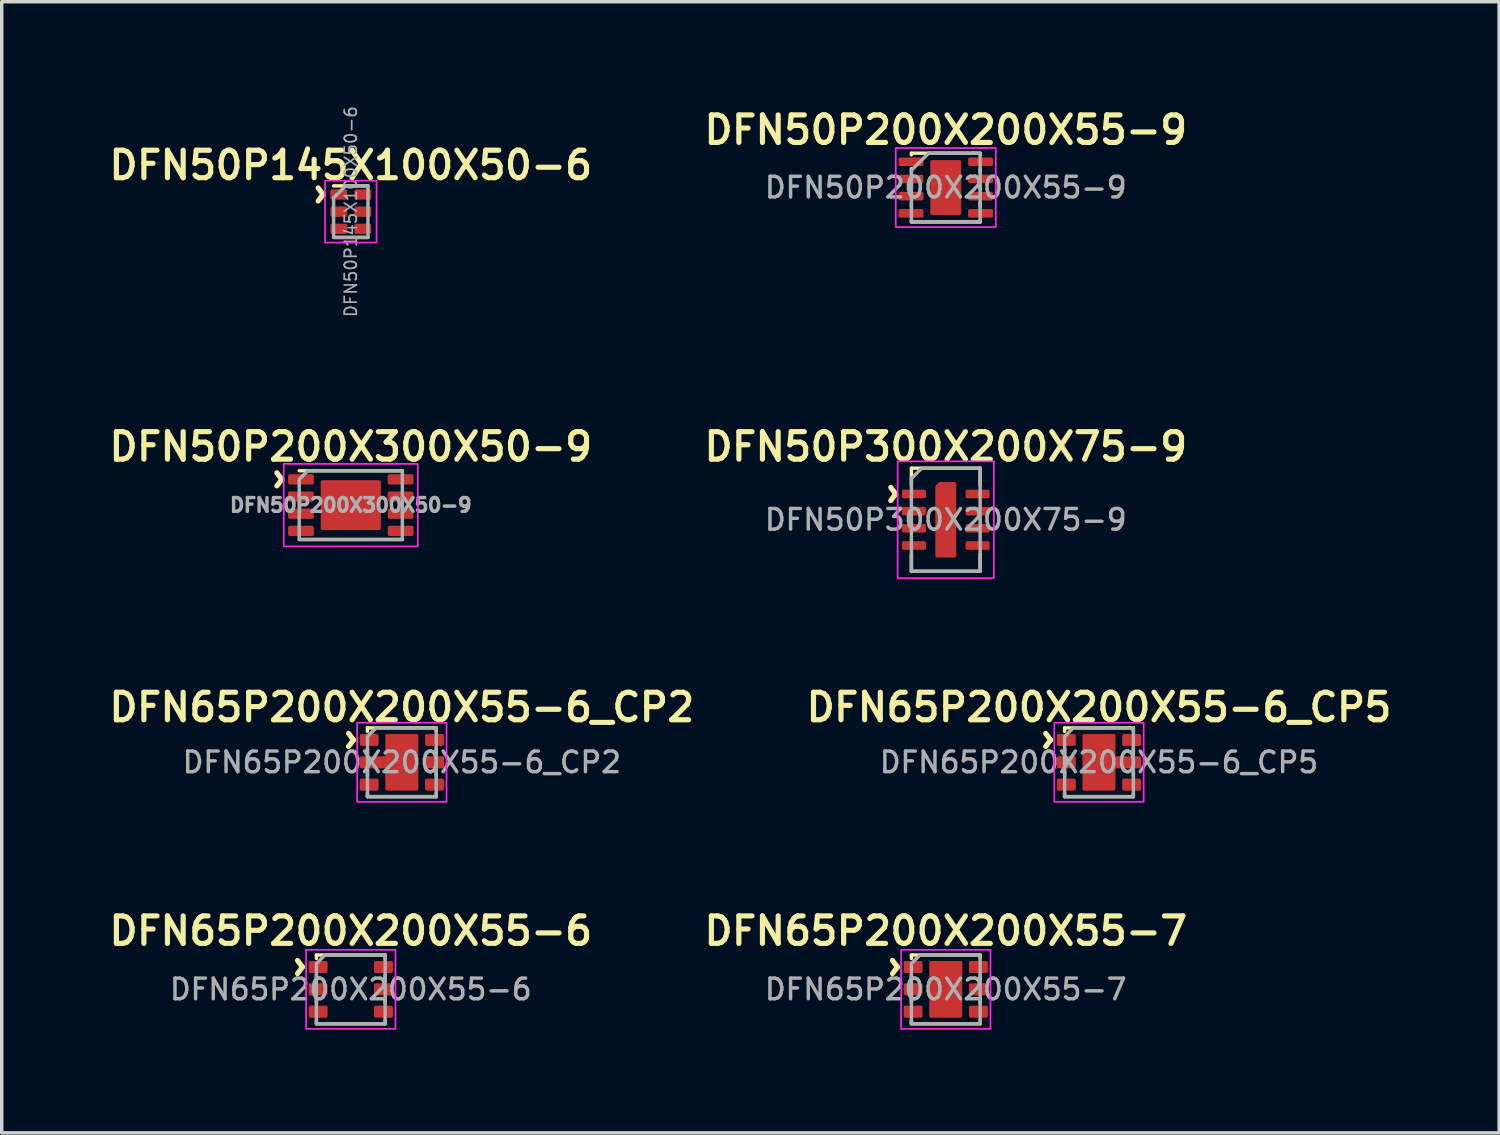
<source format=kicad_pcb>
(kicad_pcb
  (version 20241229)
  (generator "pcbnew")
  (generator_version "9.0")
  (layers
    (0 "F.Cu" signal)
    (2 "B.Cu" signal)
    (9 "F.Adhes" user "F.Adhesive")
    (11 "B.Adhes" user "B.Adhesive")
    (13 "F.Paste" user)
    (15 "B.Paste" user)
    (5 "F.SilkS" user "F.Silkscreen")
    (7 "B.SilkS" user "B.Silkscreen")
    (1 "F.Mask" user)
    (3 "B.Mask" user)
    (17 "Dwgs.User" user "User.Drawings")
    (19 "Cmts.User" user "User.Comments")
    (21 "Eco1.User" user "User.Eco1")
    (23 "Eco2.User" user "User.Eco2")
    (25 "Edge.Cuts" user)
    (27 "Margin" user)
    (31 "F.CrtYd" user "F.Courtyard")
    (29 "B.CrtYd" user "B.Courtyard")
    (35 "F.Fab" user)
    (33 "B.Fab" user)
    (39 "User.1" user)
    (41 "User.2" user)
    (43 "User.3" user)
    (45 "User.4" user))
  (footprint "DFN65P200X200X55-6_CP5"
    (layer "F.Cu")
    (at 28.921 19.126)
    (property "Reference" "DFN65P200X200X55-6_CP5" (at 0 -1.6 0) (layer "F.SilkS") (effects (font (size 0.8 0.8) (thickness 0.15))))
    (attr smd)
    (fp_line (start -1 -1) (end -1 -0.9) (stroke (width 0.1) (type default)) (layer "F.SilkS"))
    (fp_line (start -1 -0.4) (end -1 -0.25) (stroke (width 0.1) (type default)) (layer "F.SilkS"))
    (fp_line (start -1 0.25) (end -1 0.4) (stroke (width 0.1) (type default)) (layer "F.SilkS"))
    (fp_line (start -1 1) (end -1 0.9) (stroke (width 0.1) (type default)) (layer "F.SilkS"))
    (fp_line (start 1 -1) (end -1 -1) (stroke (width 0.1) (type default)) (layer "F.SilkS"))
    (fp_line (start 1 -0.9) (end 1 -1) (stroke (width 0.1) (type default)) (layer "F.SilkS"))
    (fp_line (start 1 -0.4) (end 1 -0.25) (stroke (width 0.1) (type default)) (layer "F.SilkS"))
    (fp_line (start 1 0.25) (end 1 0.4) (stroke (width 0.1) (type default)) (layer "F.SilkS"))
    (fp_line (start 1 0.9) (end 1 1) (stroke (width 0.1) (type default)) (layer "F.SilkS"))
    (fp_line (start 1 1) (end -1 1) (stroke (width 0.1) (type default)) (layer "F.SilkS"))
    (fp_rect (start -1.3 -1.15) (end 1.3 1.15) (stroke (width 0.05) (type default)) (fill no) (layer "F.CrtYd"))
    (fp_poly (pts (xy 1 -1) (xy 1 1) (xy -1 1) (xy -1 -0.75) (xy -0.75 -1)) (stroke (width 0.1) (type solid)) (fill no) (layer "F.Fab"))
    (fp_text user "^" (at -2 -0.65 270) (unlocked yes) (layer "F.SilkS") (effects (font (size 1 1) (thickness 0.15))))
    (fp_text user "${REFERENCE}" (at 0 0 0) (layer "F.Fab") (effects (font (size 0.6 0.6) (thickness 0.1))))
    (pad "" smd roundrect (at 0 -0.625 270) (size 0.4 0.9) (layers "F.Paste") (roundrect_rratio 0.1))
    (pad "" smd roundrect (at 0 0.625 270) (size 0.4 0.9) (layers "F.Paste") (roundrect_rratio 0.1))
    (pad "" smd roundrect (at 0.35 0 270) (size 0.35 1.6) (layers "F.Paste") (roundrect_rratio 0.143))
    (pad "1" smd roundrect (at -0.95 -0.65 90) (size 0.35 0.55) (layers "F.Cu" "F.Mask" "F.Paste") (roundrect_rratio 0.143))
    (pad "2" smd roundrect (at -0.95 0 90) (size 0.35 0.55) (layers "F.Cu" "F.Mask" "F.Paste") (roundrect_rratio 0.143))
    (pad "3" smd roundrect (at -0.95 0.65 90) (size 0.35 0.55) (layers "F.Cu" "F.Mask" "F.Paste") (roundrect_rratio 0.143))
    (pad "4" smd roundrect (at 0.95 0.65 90) (size 0.35 0.55) (layers "F.Cu" "F.Mask" "F.Paste") (roundrect_rratio 0.143))
    (pad "5" smd roundrect (at 0 0 180) (size 0.96 1.65) (property pad_prop_heatsink) (layers "F.Cu" "F.Mask") (roundrect_rratio 0.052))
    (pad "5" smd roundrect (at 0.825 0 90) (size 0.35 0.8) (layers "F.Cu" "F.Mask") (roundrect_rratio 0.143))
    (pad "6" smd roundrect (at 0.95 -0.65 90) (size 0.35 0.55) (layers "F.Cu" "F.Mask" "F.Paste") (roundrect_rratio 0.143)))
  (footprint "DFN50P200X200X55-9"
    (layer "F.Cu")
    (at 24.464 2.406)
    (property "Reference" "DFN50P200X200X55-9" (at 0 -1.675 0) (layer "F.SilkS") (effects (font (size 0.8 0.8) (thickness 0.15))))
    (attr smd)
    (fp_line (start -1 -1) (end -1 -0.95) (stroke (width 0.1) (type default)) (layer "F.SilkS"))
    (fp_line (start -1 -0.45) (end -1 -0.55) (stroke (width 0.1) (type default)) (layer "F.SilkS"))
    (fp_line (start -1 -0.05) (end -1 0.05) (stroke (width 0.1) (type default)) (layer "F.SilkS"))
    (fp_line (start -1 0.45) (end -1 0.55) (stroke (width 0.1) (type default)) (layer "F.SilkS"))
    (fp_line (start -1 1) (end -1 0.95) (stroke (width 0.1) (type default)) (layer "F.SilkS"))
    (fp_line (start -1 1) (end 1 1) (stroke (width 0.1) (type default)) (layer "F.SilkS"))
    (fp_line (start 1 -1) (end -1 -1) (stroke (width 0.1) (type default)) (layer "F.SilkS"))
    (fp_line (start 1 -1) (end 1 -0.95) (stroke (width 0.1) (type default)) (layer "F.SilkS"))
    (fp_line (start 1 -0.45) (end 1 -0.55) (stroke (width 0.1) (type default)) (layer "F.SilkS"))
    (fp_line (start 1 -0.05) (end 1 0.05) (stroke (width 0.1) (type default)) (layer "F.SilkS"))
    (fp_line (start 1 0.45) (end 1 0.55) (stroke (width 0.1) (type default)) (layer "F.SilkS"))
    (fp_line (start 1 1) (end 1 0.95) (stroke (width 0.1) (type default)) (layer "F.SilkS"))
    (fp_poly (pts (xy 1.455 -1.15) (xy 1.455 1.15) (xy -1.455 1.15) (xy -1.455 -1.15)) (stroke (width 0.05) (type solid)) (fill no) (layer "F.CrtYd"))
    (fp_poly (pts (xy 1 -1) (xy -0.5 -1) (xy -1 -0.5) (xy -1 1) (xy 1 1)) (stroke (width 0.1) (type solid)) (fill no) (layer "F.Fab"))
    (fp_text user "${REFERENCE}" (at 0 0 0) (layer "F.Fab") (effects (font (size 0.6 0.6) (thickness 0.1) (bold yes))))
    (pad "" smd roundrect (at 0 -0.65) (size 0.9 0.3) (layers "F.Paste") (roundrect_rratio 0.167))
    (pad "" smd roundrect (at 0 0) (size 0.9 0.4) (layers "F.Paste") (roundrect_rratio 0.167))
    (pad "" smd roundrect (at 0 0.65) (size 0.9 0.3) (layers "F.Paste") (roundrect_rratio 0.167))
    (pad "1" smd roundrect (at -1.012 -0.75) (size 0.725 0.25) (layers "F.Cu" "F.Mask" "F.Paste") (roundrect_rratio 0.2))
    (pad "2" smd roundrect (at -1.012 -0.25) (size 0.725 0.25) (layers "F.Cu" "F.Mask" "F.Paste") (roundrect_rratio 0.2))
    (pad "3" smd roundrect (at -1.012 0.25) (size 0.725 0.25) (layers "F.Cu" "F.Mask" "F.Paste") (roundrect_rratio 0.2))
    (pad "4" smd roundrect (at -1.012 0.75) (size 0.725 0.25) (layers "F.Cu" "F.Mask" "F.Paste") (roundrect_rratio 0.2))
    (pad "5" smd roundrect (at 1.012 0.75) (size 0.725 0.25) (layers "F.Cu" "F.Mask" "F.Paste") (roundrect_rratio 0.2))
    (pad "6" smd roundrect (at 1.012 0.25) (size 0.725 0.25) (layers "F.Cu" "F.Mask" "F.Paste") (roundrect_rratio 0.2))
    (pad "7" smd roundrect (at 1.012 -0.25) (size 0.725 0.25) (layers "F.Cu" "F.Mask" "F.Paste") (roundrect_rratio 0.2))
    (pad "8" smd roundrect (at 1.012 -0.75) (size 0.725 0.25) (layers "F.Cu" "F.Mask" "F.Paste") (roundrect_rratio 0.2))
    (pad "9" smd roundrect (at 0 0) (size 0.9 1.6) (property pad_prop_heatsink) (layers "F.Cu" "F.Mask") (roundrect_rratio 0.056)))
  (footprint "DFN50P300X200X75-9"
    (layer "F.Cu")
    (at 24.464 12.07)
    (property "Reference" "DFN50P300X200X75-9" (at 0 -2.125 0) (layer "F.SilkS") (effects (font (size 0.8 0.8) (thickness 0.15))))
    (attr smd)
    (fp_line (start -1 -1.5) (end 1 -1.5) (stroke (width 0.1) (type solid)) (layer "F.SilkS"))
    (fp_line (start -1 -1) (end -1 -1.5) (stroke (width 0.1) (type solid)) (layer "F.SilkS"))
    (fp_line (start -1 1.5) (end -1 1) (stroke (width 0.1) (type solid)) (layer "F.SilkS"))
    (fp_line (start 1 -1.5) (end 1 -1) (stroke (width 0.1) (type solid)) (layer "F.SilkS"))
    (fp_line (start 1 1) (end 1 1.5) (stroke (width 0.1) (type solid)) (layer "F.SilkS"))
    (fp_line (start 1 1.5) (end -1 1.5) (stroke (width 0.1) (type solid)) (layer "F.SilkS"))
    (fp_poly (pts (xy 1.4 -1.7) (xy -1.4 -1.7) (xy -1.4 1.7) (xy 1.4 1.7)) (stroke (width 0.05) (type solid)) (fill no) (layer "F.CrtYd"))
    (fp_line (start -1 1.5) (end -1 -1.2) (stroke (width 0.1) (type solid)) (layer "F.Fab"))
    (fp_line (start -0.7 -1.5) (end -1 -1.2) (stroke (width 0.1) (type solid)) (layer "F.Fab"))
    (fp_line (start -0.7 -1.5) (end 1 -1.5) (stroke (width 0.1) (type solid)) (layer "F.Fab"))
    (fp_line (start 1 -1.5) (end 1 1.5) (stroke (width 0.1) (type solid)) (layer "F.Fab"))
    (fp_line (start 1 1.5) (end -1 1.5) (stroke (width 0.1) (type solid)) (layer "F.Fab"))
    (fp_text user "^" (at -2.05 -0.75 270) (unlocked yes) (layer "F.SilkS") (effects (font (size 1 1) (thickness 0.15))))
    (fp_text user "${REFERENCE}" (at 0 0 0) (layer "F.Fab") (effects (font (size 0.6 0.6) (thickness 0.1) (bold yes))))
    (pad "" smd roundrect (at 0 -0.75 180) (size 0.61 0.5) (layers "F.Paste") (roundrect_rratio 0.1))
    (pad "" smd roundrect (at 0 0 180) (size 0.61 0.5) (layers "F.Paste") (roundrect_rratio 0.1))
    (pad "" smd roundrect (at 0 0.75 180) (size 0.61 0.5) (layers "F.Paste") (roundrect_rratio 0.1))
    (pad "1" smd roundrect (at -0.925 -0.75 90) (size 0.25 0.7) (layers "F.Cu" "F.Mask" "F.Paste") (roundrect_rratio 0.2))
    (pad "2" smd roundrect (at -0.925 -0.25 90) (size 0.25 0.7) (layers "F.Cu" "F.Mask" "F.Paste") (roundrect_rratio 0.2))
    (pad "3" smd roundrect (at -0.925 0.25 90) (size 0.25 0.7) (layers "F.Cu" "F.Mask" "F.Paste") (roundrect_rratio 0.2))
    (pad "4" smd roundrect (at -0.925 0.75 90) (size 0.25 0.7) (layers "F.Cu" "F.Mask" "F.Paste") (roundrect_rratio 0.2))
    (pad "5" smd roundrect (at 0.925 0.75 90) (size 0.25 0.7) (layers "F.Cu" "F.Mask" "F.Paste") (roundrect_rratio 0.2))
    (pad "6" smd roundrect (at 0.925 0.25 90) (size 0.25 0.7) (layers "F.Cu" "F.Mask" "F.Paste") (roundrect_rratio 0.2))
    (pad "7" smd roundrect (at 0.925 -0.25 90) (size 0.25 0.7) (layers "F.Cu" "F.Mask" "F.Paste") (roundrect_rratio 0.2))
    (pad "8" smd roundrect (at 0.925 -0.75 90) (size 0.25 0.7) (layers "F.Cu" "F.Mask" "F.Paste") (roundrect_rratio 0.2))
    (pad "9" smd roundrect (at 0 0 180) (size 0.61 2.2) (layers "F.Cu" "F.Mask") (roundrect_rratio 0.082) (chamfer_ratio 0.2) (chamfer bottom_right)))
  (footprint "DFN65P200X200X55-6"
    (layer "F.Cu")
    (at 7.155 25.732)
    (property "Reference" "DFN65P200X200X55-6" (at 0 -1.7 0) (layer "F.SilkS") (effects (font (size 0.8 0.8) (thickness 0.15))))
    (attr smd)
    (fp_line (start -1 -1) (end -1 -0.9) (stroke (width 0.1) (type default)) (layer "F.SilkS"))
    (fp_line (start -1 -0.4) (end -1 -0.25) (stroke (width 0.1) (type default)) (layer "F.SilkS"))
    (fp_line (start -1 0.25) (end -1 0.4) (stroke (width 0.1) (type default)) (layer "F.SilkS"))
    (fp_line (start -1 1) (end -1 0.9) (stroke (width 0.1) (type default)) (layer "F.SilkS"))
    (fp_line (start 1 -1) (end -1 -1) (stroke (width 0.1) (type default)) (layer "F.SilkS"))
    (fp_line (start 1 -0.9) (end 1 -1) (stroke (width 0.1) (type default)) (layer "F.SilkS"))
    (fp_line (start 1 -0.4) (end 1 -0.25) (stroke (width 0.1) (type default)) (layer "F.SilkS"))
    (fp_line (start 1 0.25) (end 1 0.4) (stroke (width 0.1) (type default)) (layer "F.SilkS"))
    (fp_line (start 1 0.9) (end 1 1) (stroke (width 0.1) (type default)) (layer "F.SilkS"))
    (fp_line (start 1 1) (end -1 1) (stroke (width 0.1) (type default)) (layer "F.SilkS"))
    (fp_rect (start -1.3 -1.15) (end 1.3 1.15) (stroke (width 0.05) (type default)) (fill no) (layer "F.CrtYd"))
    (fp_poly (pts (xy 1 -1) (xy 1 1) (xy -1 1) (xy -1 -0.75) (xy -0.75 -1)) (stroke (width 0.1) (type solid)) (fill no) (layer "F.Fab"))
    (fp_text user "^" (at -2 -0.65 270) (unlocked yes) (layer "F.SilkS") (effects (font (size 1 1) (thickness 0.15))))
    (fp_text user "${REFERENCE}" (at 0 0 0) (layer "F.Fab") (effects (font (size 0.6 0.6) (thickness 0.1))))
    (pad "1" smd roundrect (at -0.95 -0.65 90) (size 0.35 0.55) (layers "F.Cu" "F.Mask" "F.Paste") (roundrect_rratio 0.143))
    (pad "2" smd roundrect (at -0.95 0 90) (size 0.35 0.55) (layers "F.Cu" "F.Mask" "F.Paste") (roundrect_rratio 0.143))
    (pad "3" smd roundrect (at -0.95 0.65 90) (size 0.35 0.55) (layers "F.Cu" "F.Mask" "F.Paste") (roundrect_rratio 0.143))
    (pad "4" smd roundrect (at 0.95 0.65 90) (size 0.35 0.55) (layers "F.Cu" "F.Mask" "F.Paste") (roundrect_rratio 0.143))
    (pad "5" smd roundrect (at 0.95 0 90) (size 0.35 0.55) (layers "F.Cu" "F.Mask" "F.Paste") (roundrect_rratio 0.143))
    (pad "6" smd roundrect (at 0.95 -0.65 90) (size 0.35 0.55) (layers "F.Cu" "F.Mask" "F.Paste") (roundrect_rratio 0.143)))
  (footprint "DFN50P200X300X50-9"
    (layer "F.Cu")
    (at 7.155 11.645)
    (property "Reference" "DFN50P200X300X50-9" (at 0 -1.7 0) (layer "F.SilkS") (effects (font (size 0.8 0.8) (thickness 0.15))))
    (attr smd)
    (fp_line (start -1.5 -1) (end 1.5 -1) (stroke (width 0.1) (type default)) (layer "F.SilkS"))
    (fp_line (start 1.5 1) (end -1.5 1) (stroke (width 0.1) (type default)) (layer "F.SilkS"))
    (fp_rect (start -1.95 -1.2) (end 1.95 1.2) (stroke (width 0.05) (type default)) (fill no) (layer "F.CrtYd"))
    (fp_poly (pts (xy 1.5 -1) (xy 1.5 1) (xy -1.5 1) (xy -1.5 -0.75) (xy -1.25 -1)) (stroke (width 0.1) (type solid)) (fill no) (layer "F.Fab"))
    (fp_text user "^" (at -2.6 -0.75 270) (unlocked yes) (layer "F.SilkS") (effects (font (size 1 1) (thickness 0.15))))
    (fp_text user "${REFERENCE}" (at 0 0 0) (layer "F.Fab") (effects (font (size 0.4 0.4) (thickness 0.1))))
    (pad "" smd roundrect (at -0.5 -0.425 270) (size 0.6 0.7) (layers "F.Paste") (roundrect_rratio 0.083))
    (pad "" smd roundrect (at -0.5 0.425 270) (size 0.6 0.7) (layers "F.Paste") (roundrect_rratio 0.083))
    (pad "" smd roundrect (at 0.5 -0.425 270) (size 0.6 0.7) (layers "F.Paste") (roundrect_rratio 0.083))
    (pad "" smd roundrect (at 0.5 0.425 270) (size 0.6 0.7) (layers "F.Paste") (roundrect_rratio 0.083))
    (pad "1" smd roundrect (at -1.45 -0.75 270) (size 0.3 0.75) (layers "F.Cu" "F.Mask" "F.Paste") (roundrect_rratio 0.167))
    (pad "2" smd roundrect (at -1.45 -0.25 270) (size 0.3 0.75) (layers "F.Cu" "F.Mask" "F.Paste") (roundrect_rratio 0.167))
    (pad "3" smd roundrect (at -1.45 0.25 270) (size 0.3 0.75) (layers "F.Cu" "F.Mask" "F.Paste") (roundrect_rratio 0.167))
    (pad "4" smd roundrect (at -1.45 0.75 270) (size 0.3 0.75) (layers "F.Cu" "F.Mask" "F.Paste") (roundrect_rratio 0.167))
    (pad "5" smd roundrect (at 1.45 0.75 270) (size 0.3 0.75) (layers "F.Cu" "F.Mask" "F.Paste") (roundrect_rratio 0.167))
    (pad "6" smd roundrect (at 1.45 0.25 270) (size 0.3 0.75) (layers "F.Cu" "F.Mask" "F.Paste") (roundrect_rratio 0.167))
    (pad "7" smd roundrect (at 1.45 -0.25 270) (size 0.3 0.75) (layers "F.Cu" "F.Mask" "F.Paste") (roundrect_rratio 0.167))
    (pad "8" smd roundrect (at 1.45 -0.75 270) (size 0.3 0.75) (layers "F.Cu" "F.Mask" "F.Paste") (roundrect_rratio 0.167))
    (pad "9" smd roundrect (at 0 0 270) (size 1.45 1.75) (layers "F.Cu" "F.Mask") (roundrect_rratio 0.034)))
  (footprint "DFN65P200X200X55-6_CP2"
    (layer "F.Cu")
    (at 8.64 19.126)
    (property "Reference" "DFN65P200X200X55-6_CP2" (at 0 -1.6 0) (layer "F.SilkS") (effects (font (size 0.8 0.8) (thickness 0.15))))
    (attr smd)
    (fp_line (start -1 -1) (end -1 -0.9) (stroke (width 0.1) (type default)) (layer "F.SilkS"))
    (fp_line (start -1 -0.4) (end -1 -0.25) (stroke (width 0.1) (type default)) (layer "F.SilkS"))
    (fp_line (start -1 0.25) (end -1 0.4) (stroke (width 0.1) (type default)) (layer "F.SilkS"))
    (fp_line (start -1 1) (end -1 0.9) (stroke (width 0.1) (type default)) (layer "F.SilkS"))
    (fp_line (start 1 -1) (end -1 -1) (stroke (width 0.1) (type default)) (layer "F.SilkS"))
    (fp_line (start 1 -0.9) (end 1 -1) (stroke (width 0.1) (type default)) (layer "F.SilkS"))
    (fp_line (start 1 -0.4) (end 1 -0.25) (stroke (width 0.1) (type default)) (layer "F.SilkS"))
    (fp_line (start 1 0.25) (end 1 0.4) (stroke (width 0.1) (type default)) (layer "F.SilkS"))
    (fp_line (start 1 0.9) (end 1 1) (stroke (width 0.1) (type default)) (layer "F.SilkS"))
    (fp_line (start 1 1) (end -1 1) (stroke (width 0.1) (type default)) (layer "F.SilkS"))
    (fp_rect (start -1.3 -1.15) (end 1.3 1.15) (stroke (width 0.05) (type default)) (fill no) (layer "F.CrtYd"))
    (fp_poly (pts (xy 1 -1) (xy 1 1) (xy -1 1) (xy -1 -0.75) (xy -0.75 -1)) (stroke (width 0.1) (type solid)) (fill no) (layer "F.Fab"))
    (fp_text user "^" (at -2 -0.65 270) (unlocked yes) (layer "F.SilkS") (effects (font (size 1 1) (thickness 0.15))))
    (fp_text user "${REFERENCE}" (at 0 0 0) (layer "F.Fab") (effects (font (size 0.6 0.6) (thickness 0.1))))
    (pad "" smd roundrect (at -0.35 0 270) (size 0.35 1.6) (layers "F.Paste") (roundrect_rratio 0.143))
    (pad "" smd roundrect (at 0 -0.6 270) (size 0.4 0.9) (layers "F.Paste") (roundrect_rratio 0.1))
    (pad "" smd roundrect (at 0 0.6 270) (size 0.4 0.9) (layers "F.Paste") (roundrect_rratio 0.1))
    (pad "1" smd roundrect (at -0.95 -0.65 90) (size 0.35 0.55) (layers "F.Cu" "F.Mask" "F.Paste") (roundrect_rratio 0.143))
    (pad "2" smd roundrect (at -0.825 0 90) (size 0.35 0.8) (layers "F.Cu" "F.Mask") (roundrect_rratio 0.143))
    (pad "2" smd roundrect (at 0 0 180) (size 0.96 1.65) (property pad_prop_heatsink) (layers "F.Cu" "F.Mask") (roundrect_rratio 0.052))
    (pad "3" smd roundrect (at -0.95 0.65 90) (size 0.35 0.55) (layers "F.Cu" "F.Mask" "F.Paste") (roundrect_rratio 0.143))
    (pad "4" smd roundrect (at 0.95 0.65 90) (size 0.35 0.55) (layers "F.Cu" "F.Mask" "F.Paste") (roundrect_rratio 0.143))
    (pad "5" smd roundrect (at 0.955 0 90) (size 0.35 0.55) (layers "F.Cu" "F.Mask" "F.Paste") (roundrect_rratio 0.143))
    (pad "6" smd roundrect (at 0.95 -0.65 90) (size 0.35 0.55) (layers "F.Cu" "F.Mask" "F.Paste") (roundrect_rratio 0.143)))
  (footprint "DFN50P145X100X50-6"
    (layer "F.Cu")
    (at 7.155 3.107)
    (property "Reference" "DFN50P145X100X50-6" (at 0 -1.35 0) (layer "F.SilkS") (effects (font (size 0.8 0.8) (thickness 0.15))))
    (attr smd)
    (fp_line (start 0.5 -0.75) (end -0.5 -0.75) (stroke (width 0.1) (type solid)) (layer "F.SilkS"))
    (fp_line (start 0.5 0.75) (end -0.5 0.75) (stroke (width 0.1) (type solid)) (layer "F.SilkS"))
    (fp_rect (start -0.75 -0.9) (end 0.75 0.9) (stroke (width 0.05) (type default)) (fill no) (layer "F.CrtYd"))
    (fp_poly (pts (xy -0.5 -0.4) (xy -0.5 0.75) (xy 0.5 0.75) (xy 0.5 -0.75) (xy -0.15 -0.75)) (stroke (width 0.1) (type solid)) (fill no) (layer "F.Fab"))
    (fp_text user "^" (at -1.4 -0.5 270) (unlocked yes) (layer "F.SilkS") (effects (font (size 1 1) (thickness 0.15))))
    (fp_text user "${REFERENCE}" (at 0 0 270) (layer "F.Fab") (effects (font (size 0.35 0.35) (thickness 0.05))))
    (pad "1" smd roundrect (at -0.35 -0.5 270) (size 0.3 0.49) (layers "F.Cu" "F.Mask" "F.Paste") (roundrect_rratio 0.167))
    (pad "2" smd roundrect (at -0.35 0 270) (size 0.3 0.49) (layers "F.Cu" "F.Mask" "F.Paste") (roundrect_rratio 0.167))
    (pad "3" smd roundrect (at -0.35 0.5 270) (size 0.3 0.49) (layers "F.Cu" "F.Mask" "F.Paste") (roundrect_rratio 0.167))
    (pad "4" smd roundrect (at 0.35 0.5 270) (size 0.3 0.49) (layers "F.Cu" "F.Mask" "F.Paste") (roundrect_rratio 0.167))
    (pad "5" smd roundrect (at 0.35 0 270) (size 0.3 0.49) (layers "F.Cu" "F.Mask" "F.Paste") (roundrect_rratio 0.167))
    (pad "6" smd roundrect (at 0.35 -0.5 270) (size 0.3 0.49) (layers "F.Cu" "F.Mask" "F.Paste") (roundrect_rratio 0.167)))
  (footprint "DFN65P200X200X55-7"
    (layer "F.Cu")
    (at 24.464 25.732)
    (property "Reference" "DFN65P200X200X55-7" (at 0 -1.7 0) (layer "F.SilkS") (effects (font (size 0.8 0.8) (thickness 0.15))))
    (attr smd)
    (fp_line (start -1 -1) (end -1 -0.9) (stroke (width 0.1) (type default)) (layer "F.SilkS"))
    (fp_line (start -1 -0.4) (end -1 -0.25) (stroke (width 0.1) (type default)) (layer "F.SilkS"))
    (fp_line (start -1 0.25) (end -1 0.4) (stroke (width 0.1) (type default)) (layer "F.SilkS"))
    (fp_line (start -1 1) (end -1 0.9) (stroke (width 0.1) (type default)) (layer "F.SilkS"))
    (fp_line (start 1 -1) (end -1 -1) (stroke (width 0.1) (type default)) (layer "F.SilkS"))
    (fp_line (start 1 -0.9) (end 1 -1) (stroke (width 0.1) (type default)) (layer "F.SilkS"))
    (fp_line (start 1 -0.4) (end 1 -0.25) (stroke (width 0.1) (type default)) (layer "F.SilkS"))
    (fp_line (start 1 0.25) (end 1 0.4) (stroke (width 0.1) (type default)) (layer "F.SilkS"))
    (fp_line (start 1 0.9) (end 1 1) (stroke (width 0.1) (type default)) (layer "F.SilkS"))
    (fp_line (start 1 1) (end -1 1) (stroke (width 0.1) (type default)) (layer "F.SilkS"))
    (fp_rect (start -1.3 -1.15) (end 1.3 1.15) (stroke (width 0.05) (type default)) (fill no) (layer "F.CrtYd"))
    (fp_poly (pts (xy 1 -1) (xy 1 1) (xy -1 1) (xy -1 -0.75) (xy -0.75 -1)) (stroke (width 0.1) (type solid)) (fill no) (layer "F.Fab"))
    (fp_text user "^" (at -2 -0.65 270) (unlocked yes) (layer "F.SilkS") (effects (font (size 1 1) (thickness 0.15))))
    (fp_text user "${REFERENCE}" (at 0 0 0) (layer "F.Fab") (effects (font (size 0.6 0.6) (thickness 0.1))))
    (pad "" smd roundrect (at 0 -0.625 270) (size 0.4 0.85) (layers "F.Paste") (roundrect_rratio 0.125))
    (pad "" smd roundrect (at 0 -0.013 270) (size 0.325 0.85) (layers "F.Paste") (roundrect_rratio 0.154))
    (pad "" smd roundrect (at 0 0.625 270) (size 0.4 0.85) (layers "F.Paste") (roundrect_rratio 0.125))
    (pad "1" smd roundrect (at -0.95 -0.65 90) (size 0.35 0.55) (layers "F.Cu" "F.Mask" "F.Paste") (roundrect_rratio 0.143))
    (pad "2" smd roundrect (at -0.95 0 90) (size 0.35 0.55) (layers "F.Cu" "F.Mask" "F.Paste") (roundrect_rratio 0.143))
    (pad "3" smd roundrect (at -0.95 0.65 90) (size 0.35 0.55) (layers "F.Cu" "F.Mask" "F.Paste") (roundrect_rratio 0.143))
    (pad "4" smd roundrect (at 0.95 0.65 90) (size 0.35 0.55) (layers "F.Cu" "F.Mask" "F.Paste") (roundrect_rratio 0.143))
    (pad "5" smd roundrect (at 0.95 0 90) (size 0.35 0.55) (layers "F.Cu" "F.Mask" "F.Paste") (roundrect_rratio 0.143))
    (pad "6" smd roundrect (at 0.95 -0.65 90) (size 0.35 0.55) (layers "F.Cu" "F.Mask" "F.Paste") (roundrect_rratio 0.143))
    (pad "7" smd roundrect (at 0 0 180) (size 0.96 1.65) (property pad_prop_heatsink) (layers "F.Cu" "F.Mask") (roundrect_rratio 0.052)))
  (gr_rect
    (start -3 -3)
    (end 40.561 29.907)
    (stroke (width 0.1) (type default))
    (fill no)
    (layer "Edge.Cuts")))
</source>
